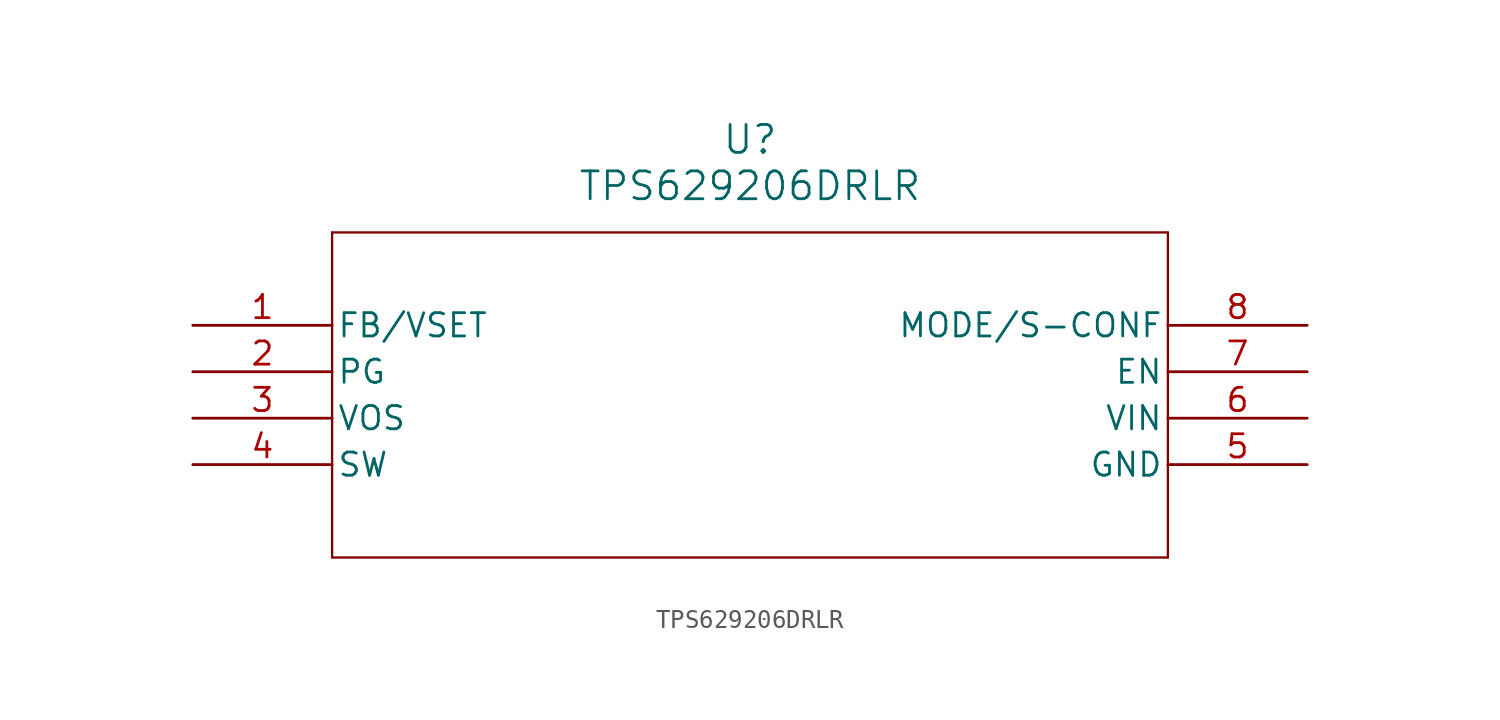
<source format=kicad_sym>
(kicad_symbol_lib
  (version 20211014)
  (generator kicad_symbol_editor)
  (symbol "TPS629206DRLR"
    (pin_names
      (offset 0.254))
    (property "Reference" "U"
      (at 30.48 10.16 0)
      (effects (font (size 1.524 1.524))))
    (property "Value" "TPS629206DRLR"
      (at 30.48 7.62 0)
      (effects (font (size 1.524 1.524))))
    (symbol "TPS629206DRLR_0_1"
      (polyline (pts (xy 7.62 5.08) (xy 7.62 -12.7)) (stroke (width 0.127) (type default) (color 0 0 0 0)) (fill (type none)))
      (polyline (pts (xy 7.62 -12.7) (xy 53.34 -12.7)) (stroke (width 0.127) (type default) (color 0 0 0 0)) (fill (type none)))
      (polyline (pts (xy 53.34 -12.7) (xy 53.34 5.08)) (stroke (width 0.127) (type default) (color 0 0 0 0)) (fill (type none)))
      (polyline (pts (xy 53.34 5.08) (xy 7.62 5.08)) (stroke (width 0.127) (type default) (color 0 0 0 0)) (fill (type none)))
      (pin input line (at 0 0 0) (length 7.62) (name "FB/VSET" (effects (font (size 1.27 1.27)))) (number "1" (effects (font (size 1.27 1.27)))))
      (pin output line (at 0 -2.54 0) (length 7.62) (name "PG" (effects (font (size 1.27 1.27)))) (number "2" (effects (font (size 1.27 1.27)))))
      (pin input line (at 0 -5.08 0) (length 7.62) (name "VOS" (effects (font (size 1.27 1.27)))) (number "3" (effects (font (size 1.27 1.27)))))
      (pin unspecified line (at 0 -7.62 0) (length 7.62) (name "SW" (effects (font (size 1.27 1.27)))) (number "4" (effects (font (size 1.27 1.27)))))
      (pin power_out line (at 60.96 -7.62 180) (length 7.62) (name "GND" (effects (font (size 1.27 1.27)))) (number "5" (effects (font (size 1.27 1.27)))))
      (pin input line (at 60.96 -5.08 180) (length 7.62) (name "VIN" (effects (font (size 1.27 1.27)))) (number "6" (effects (font (size 1.27 1.27)))))
      (pin input line (at 60.96 -2.54 180) (length 7.62) (name "EN" (effects (font (size 1.27 1.27)))) (number "7" (effects (font (size 1.27 1.27)))))
      (pin input line (at 60.96 0 180) (length 7.62) (name "MODE/S-CONF" (effects (font (size 1.27 1.27)))) (number "8" (effects (font (size 1.27 1.27))))))))
</source>
